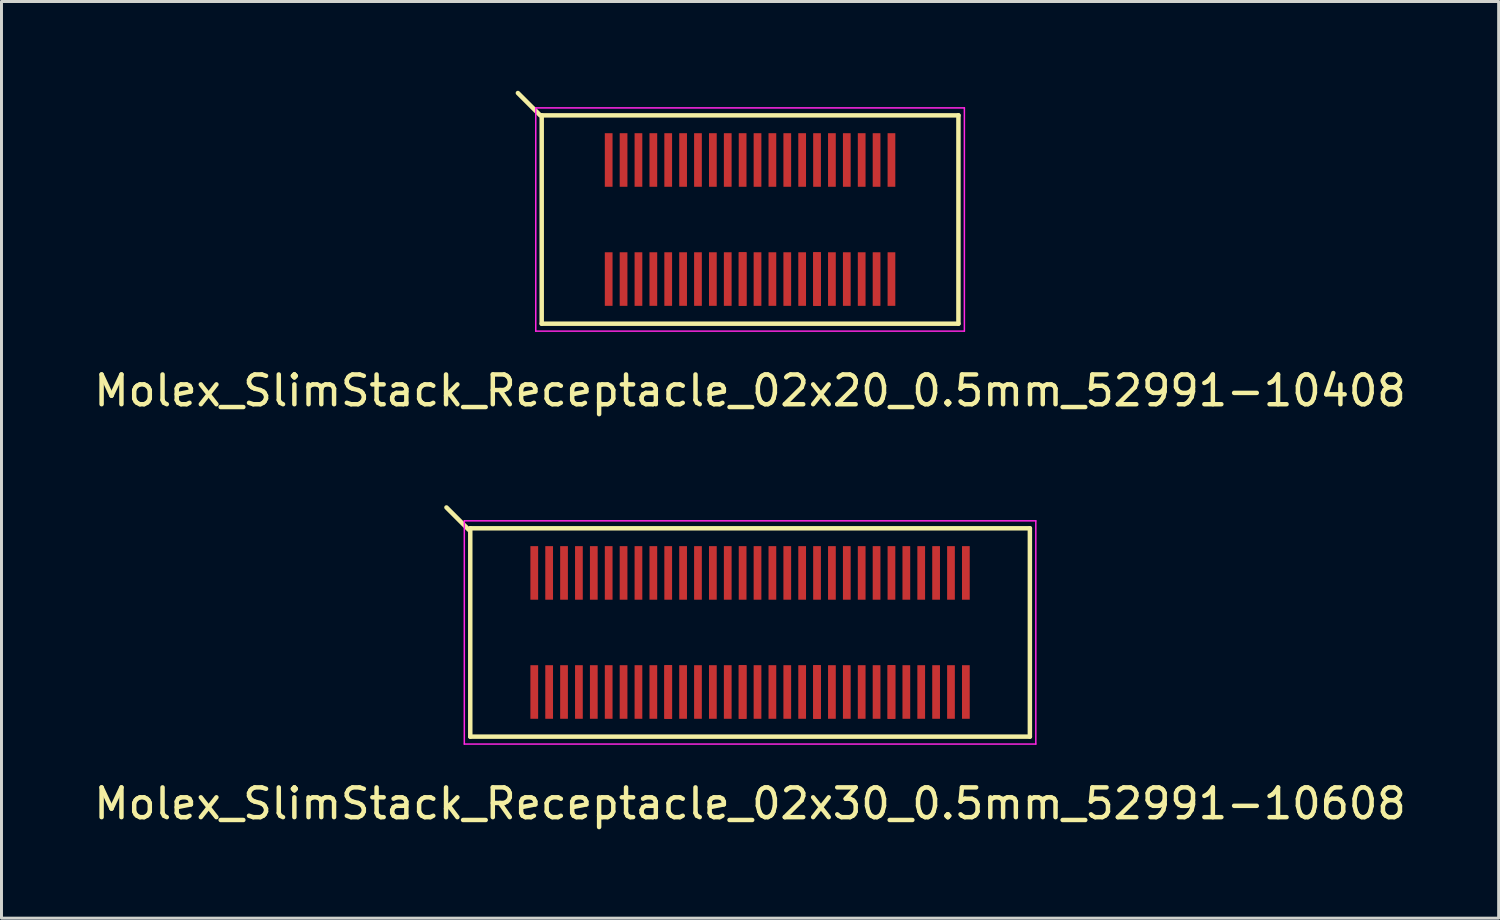
<source format=kicad_pcb>
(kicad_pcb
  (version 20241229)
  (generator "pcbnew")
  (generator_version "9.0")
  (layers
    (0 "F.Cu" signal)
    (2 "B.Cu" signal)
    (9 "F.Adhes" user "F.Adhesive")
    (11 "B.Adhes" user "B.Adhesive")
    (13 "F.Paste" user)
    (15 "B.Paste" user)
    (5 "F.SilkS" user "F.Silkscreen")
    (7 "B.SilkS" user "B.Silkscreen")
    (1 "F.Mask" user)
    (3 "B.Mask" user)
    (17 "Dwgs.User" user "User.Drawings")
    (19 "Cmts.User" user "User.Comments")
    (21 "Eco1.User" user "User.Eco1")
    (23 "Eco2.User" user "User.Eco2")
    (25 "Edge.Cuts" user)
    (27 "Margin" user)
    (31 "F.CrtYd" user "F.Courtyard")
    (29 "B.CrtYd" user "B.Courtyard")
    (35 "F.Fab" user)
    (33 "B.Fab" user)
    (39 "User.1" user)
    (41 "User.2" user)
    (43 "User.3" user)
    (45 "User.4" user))
  (footprint "Molex_SlimStack_Receptacle_02x20_0.5mm_52991-10408"
    (layer "F.Cu")
    (at 22.149 4.325)
    (property "Reference" "Molex_SlimStack_Receptacle_02x20_0.5mm_52991-10408" (at 0 5.75 0) (layer "F.SilkS") (effects (font (size 1 1) (thickness 0.15))))
    (attr smd)
    (fp_line (start -7.05 -3.5) (end -7.8 -4.25) (stroke (width 0.15) (type solid)) (layer "F.SilkS"))
    (fp_line (start -7 -3.5) (end -7 3.5) (stroke (width 0.15) (type solid)) (layer "F.SilkS"))
    (fp_line (start -7 3.5) (end 7 3.5) (stroke (width 0.15) (type solid)) (layer "F.SilkS"))
    (fp_line (start 7 -3.5) (end -7 -3.5) (stroke (width 0.15) (type solid)) (layer "F.SilkS"))
    (fp_line (start 7 3.5) (end 7 -3.5) (stroke (width 0.15) (type solid)) (layer "F.SilkS"))
    (fp_line (start -7.2 -3.75) (end -7.2 3.75) (stroke (width 0.05) (type solid)) (layer "F.CrtYd"))
    (fp_line (start -7.2 3.75) (end 7.2 3.75) (stroke (width 0.05) (type solid)) (layer "F.CrtYd"))
    (fp_line (start 7.2 -3.75) (end -7.2 -3.75) (stroke (width 0.05) (type solid)) (layer "F.CrtYd"))
    (fp_line (start 7.2 3.75) (end 7.2 -3.75) (stroke (width 0.05) (type solid)) (layer "F.CrtYd"))
    (pad "1" smd rect (at -4.75 -2) (size 0.26 1.8) (layers "F.Cu" "F.Mask" "F.Paste"))
    (pad "2" smd rect (at -4.75 2) (size 0.26 1.8) (layers "F.Cu" "F.Mask" "F.Paste"))
    (pad "3" smd rect (at -4.25 -2) (size 0.26 1.8) (layers "F.Cu" "F.Mask" "F.Paste"))
    (pad "4" smd rect (at -4.25 2) (size 0.26 1.8) (layers "F.Cu" "F.Mask" "F.Paste"))
    (pad "5" smd rect (at -3.75 -2) (size 0.26 1.8) (layers "F.Cu" "F.Mask" "F.Paste"))
    (pad "6" smd rect (at -3.75 2) (size 0.26 1.8) (layers "F.Cu" "F.Mask" "F.Paste"))
    (pad "7" smd rect (at -3.25 -2) (size 0.26 1.8) (layers "F.Cu" "F.Mask" "F.Paste"))
    (pad "8" smd rect (at -3.25 2) (size 0.26 1.8) (layers "F.Cu" "F.Mask" "F.Paste"))
    (pad "9" smd rect (at -2.75 -2) (size 0.26 1.8) (layers "F.Cu" "F.Mask" "F.Paste"))
    (pad "10" smd rect (at -2.75 2) (size 0.26 1.8) (layers "F.Cu" "F.Mask" "F.Paste"))
    (pad "11" smd rect (at -2.25 -2) (size 0.26 1.8) (layers "F.Cu" "F.Mask" "F.Paste"))
    (pad "12" smd rect (at -2.25 2) (size 0.26 1.8) (layers "F.Cu" "F.Mask" "F.Paste"))
    (pad "13" smd rect (at -1.75 -2) (size 0.26 1.8) (layers "F.Cu" "F.Mask" "F.Paste"))
    (pad "14" smd rect (at -1.75 2) (size 0.26 1.8) (layers "F.Cu" "F.Mask" "F.Paste"))
    (pad "15" smd rect (at -1.25 -2) (size 0.26 1.8) (layers "F.Cu" "F.Mask" "F.Paste"))
    (pad "16" smd rect (at -1.25 2) (size 0.26 1.8) (layers "F.Cu" "F.Mask" "F.Paste"))
    (pad "17" smd rect (at -0.75 -2) (size 0.26 1.8) (layers "F.Cu" "F.Mask" "F.Paste"))
    (pad "18" smd rect (at -0.75 2) (size 0.26 1.8) (layers "F.Cu" "F.Mask" "F.Paste"))
    (pad "19" smd rect (at -0.25 -2) (size 0.26 1.8) (layers "F.Cu" "F.Mask" "F.Paste"))
    (pad "20" smd rect (at -0.25 2) (size 0.26 1.8) (layers "F.Cu" "F.Mask" "F.Paste"))
    (pad "20" smd rect (at -0.25 2) (size 0.26 1.8) (layers "F.Cu" "F.Mask" "F.Paste"))
    (pad "21" smd rect (at 0.25 -2) (size 0.26 1.8) (layers "F.Cu" "F.Mask" "F.Paste"))
    (pad "22" smd rect (at 0.25 2) (size 0.26 1.8) (layers "F.Cu" "F.Mask" "F.Paste"))
    (pad "23" smd rect (at 0.75 -2) (size 0.26 1.8) (layers "F.Cu" "F.Mask" "F.Paste"))
    (pad "24" smd rect (at 0.75 2) (size 0.26 1.8) (layers "F.Cu" "F.Mask" "F.Paste"))
    (pad "25" smd rect (at 1.25 -2) (size 0.26 1.8) (layers "F.Cu" "F.Mask" "F.Paste"))
    (pad "26" smd rect (at 1.25 2) (size 0.26 1.8) (layers "F.Cu" "F.Mask" "F.Paste"))
    (pad "27" smd rect (at 1.75 -2) (size 0.26 1.8) (layers "F.Cu" "F.Mask" "F.Paste"))
    (pad "28" smd rect (at 1.75 2) (size 0.26 1.8) (layers "F.Cu" "F.Mask" "F.Paste"))
    (pad "29" smd rect (at 2.25 -2) (size 0.26 1.8) (layers "F.Cu" "F.Mask" "F.Paste"))
    (pad "30" smd rect (at 2.25 2) (size 0.26 1.8) (layers "F.Cu" "F.Mask" "F.Paste"))
    (pad "30" smd rect (at 2.25 2) (size 0.26 1.8) (layers "F.Cu" "F.Mask" "F.Paste"))
    (pad "31" smd rect (at 2.75 -2) (size 0.26 1.8) (layers "F.Cu" "F.Mask" "F.Paste"))
    (pad "32" smd rect (at 2.75 2) (size 0.26 1.8) (layers "F.Cu" "F.Mask" "F.Paste"))
    (pad "33" smd rect (at 3.25 -2) (size 0.26 1.8) (layers "F.Cu" "F.Mask" "F.Paste"))
    (pad "34" smd rect (at 3.25 2) (size 0.26 1.8) (layers "F.Cu" "F.Mask" "F.Paste"))
    (pad "35" smd rect (at 3.75 -2) (size 0.26 1.8) (layers "F.Cu" "F.Mask" "F.Paste"))
    (pad "36" smd rect (at 3.75 2) (size 0.26 1.8) (layers "F.Cu" "F.Mask" "F.Paste"))
    (pad "37" smd rect (at 4.25 -2) (size 0.26 1.8) (layers "F.Cu" "F.Mask" "F.Paste"))
    (pad "38" smd rect (at 4.25 2) (size 0.26 1.8) (layers "F.Cu" "F.Mask" "F.Paste"))
    (pad "39" smd rect (at 4.75 -2) (size 0.26 1.8) (layers "F.Cu" "F.Mask" "F.Paste"))
    (pad "40" smd rect (at 4.75 2) (size 0.26 1.8) (layers "F.Cu" "F.Mask" "F.Paste")))
  (footprint "Molex_SlimStack_Receptacle_02x30_0.5mm_52991-10608"
    (layer "F.Cu")
    (at 22.149 18.198)
    (property "Reference" "Molex_SlimStack_Receptacle_02x30_0.5mm_52991-10608" (at 0 5.75 0) (layer "F.SilkS") (effects (font (size 1 1) (thickness 0.15))))
    (attr smd)
    (fp_line (start -9.45 -3.45) (end -10.2 -4.2) (stroke (width 0.15) (type solid)) (layer "F.SilkS"))
    (fp_line (start -9.4 -3.5) (end -9.4 3.5) (stroke (width 0.15) (type solid)) (layer "F.SilkS"))
    (fp_line (start -9.4 3.5) (end 9.4 3.5) (stroke (width 0.15) (type solid)) (layer "F.SilkS"))
    (fp_line (start 9.4 -3.5) (end -9.4 -3.5) (stroke (width 0.15) (type solid)) (layer "F.SilkS"))
    (fp_line (start 9.4 3.5) (end 9.4 -3.5) (stroke (width 0.15) (type solid)) (layer "F.SilkS"))
    (fp_line (start -9.6 -3.75) (end -9.6 3.75) (stroke (width 0.05) (type solid)) (layer "F.CrtYd"))
    (fp_line (start -9.6 3.75) (end 9.6 3.75) (stroke (width 0.05) (type solid)) (layer "F.CrtYd"))
    (fp_line (start 9.6 -3.75) (end -9.6 -3.75) (stroke (width 0.05) (type solid)) (layer "F.CrtYd"))
    (fp_line (start 9.6 3.75) (end 9.6 -3.75) (stroke (width 0.05) (type solid)) (layer "F.CrtYd"))
    (pad "1" smd rect (at -7.25 -2) (size 0.26 1.8) (layers "F.Cu" "F.Mask" "F.Paste"))
    (pad "2" smd rect (at -7.25 2) (size 0.26 1.8) (layers "F.Cu" "F.Mask" "F.Paste"))
    (pad "3" smd rect (at -6.75 -2) (size 0.26 1.8) (layers "F.Cu" "F.Mask" "F.Paste"))
    (pad "4" smd rect (at -6.75 2) (size 0.26 1.8) (layers "F.Cu" "F.Mask" "F.Paste"))
    (pad "5" smd rect (at -6.25 -2) (size 0.26 1.8) (layers "F.Cu" "F.Mask" "F.Paste"))
    (pad "6" smd rect (at -6.25 2) (size 0.26 1.8) (layers "F.Cu" "F.Mask" "F.Paste"))
    (pad "7" smd rect (at -5.75 -2) (size 0.26 1.8) (layers "F.Cu" "F.Mask" "F.Paste"))
    (pad "8" smd rect (at -5.75 2) (size 0.26 1.8) (layers "F.Cu" "F.Mask" "F.Paste"))
    (pad "9" smd rect (at -5.25 -2) (size 0.26 1.8) (layers "F.Cu" "F.Mask" "F.Paste"))
    (pad "10" smd rect (at -5.25 2) (size 0.26 1.8) (layers "F.Cu" "F.Mask" "F.Paste"))
    (pad "11" smd rect (at -4.75 -2) (size 0.26 1.8) (layers "F.Cu" "F.Mask" "F.Paste"))
    (pad "12" smd rect (at -4.75 2) (size 0.26 1.8) (layers "F.Cu" "F.Mask" "F.Paste"))
    (pad "13" smd rect (at -4.25 -2) (size 0.26 1.8) (layers "F.Cu" "F.Mask" "F.Paste"))
    (pad "14" smd rect (at -4.25 2) (size 0.26 1.8) (layers "F.Cu" "F.Mask" "F.Paste"))
    (pad "15" smd rect (at -3.75 -2) (size 0.26 1.8) (layers "F.Cu" "F.Mask" "F.Paste"))
    (pad "16" smd rect (at -3.75 2) (size 0.26 1.8) (layers "F.Cu" "F.Mask" "F.Paste"))
    (pad "17" smd rect (at -3.25 -2) (size 0.26 1.8) (layers "F.Cu" "F.Mask" "F.Paste"))
    (pad "18" smd rect (at -3.25 2) (size 0.26 1.8) (layers "F.Cu" "F.Mask" "F.Paste"))
    (pad "19" smd rect (at -2.75 -2) (size 0.26 1.8) (layers "F.Cu" "F.Mask" "F.Paste"))
    (pad "20" smd rect (at -2.75 2) (size 0.26 1.8) (layers "F.Cu" "F.Mask" "F.Paste"))
    (pad "20" smd rect (at -2.75 2) (size 0.26 1.8) (layers "F.Cu" "F.Mask" "F.Paste"))
    (pad "21" smd rect (at -2.25 -2) (size 0.26 1.8) (layers "F.Cu" "F.Mask" "F.Paste"))
    (pad "22" smd rect (at -2.25 2) (size 0.26 1.8) (layers "F.Cu" "F.Mask" "F.Paste"))
    (pad "23" smd rect (at -1.75 -2) (size 0.26 1.8) (layers "F.Cu" "F.Mask" "F.Paste"))
    (pad "24" smd rect (at -1.75 2) (size 0.26 1.8) (layers "F.Cu" "F.Mask" "F.Paste"))
    (pad "25" smd rect (at -1.25 -2) (size 0.26 1.8) (layers "F.Cu" "F.Mask" "F.Paste"))
    (pad "26" smd rect (at -1.25 2) (size 0.26 1.8) (layers "F.Cu" "F.Mask" "F.Paste"))
    (pad "27" smd rect (at -0.75 -2) (size 0.26 1.8) (layers "F.Cu" "F.Mask" "F.Paste"))
    (pad "28" smd rect (at -0.75 2) (size 0.26 1.8) (layers "F.Cu" "F.Mask" "F.Paste"))
    (pad "29" smd rect (at -0.25 -2) (size 0.26 1.8) (layers "F.Cu" "F.Mask" "F.Paste"))
    (pad "30" smd rect (at -0.25 2) (size 0.26 1.8) (layers "F.Cu" "F.Mask" "F.Paste"))
    (pad "30" smd rect (at -0.25 2) (size 0.26 1.8) (layers "F.Cu" "F.Mask" "F.Paste"))
    (pad "31" smd rect (at 0.25 -2) (size 0.26 1.8) (layers "F.Cu" "F.Mask" "F.Paste"))
    (pad "32" smd rect (at 0.25 2) (size 0.26 1.8) (layers "F.Cu" "F.Mask" "F.Paste"))
    (pad "33" smd rect (at 0.75 -2) (size 0.26 1.8) (layers "F.Cu" "F.Mask" "F.Paste"))
    (pad "34" smd rect (at 0.75 2) (size 0.26 1.8) (layers "F.Cu" "F.Mask" "F.Paste"))
    (pad "35" smd rect (at 1.25 -2) (size 0.26 1.8) (layers "F.Cu" "F.Mask" "F.Paste"))
    (pad "36" smd rect (at 1.25 2) (size 0.26 1.8) (layers "F.Cu" "F.Mask" "F.Paste"))
    (pad "37" smd rect (at 1.75 -2) (size 0.26 1.8) (layers "F.Cu" "F.Mask" "F.Paste"))
    (pad "38" smd rect (at 1.75 2) (size 0.26 1.8) (layers "F.Cu" "F.Mask" "F.Paste"))
    (pad "39" smd rect (at 2.25 -2) (size 0.26 1.8) (layers "F.Cu" "F.Mask" "F.Paste"))
    (pad "40" smd rect (at 2.25 2) (size 0.26 1.8) (layers "F.Cu" "F.Mask" "F.Paste"))
    (pad "40" smd rect (at 2.25 2) (size 0.26 1.8) (layers "F.Cu" "F.Mask" "F.Paste"))
    (pad "41" smd rect (at 2.75 -2) (size 0.26 1.8) (layers "F.Cu" "F.Mask" "F.Paste"))
    (pad "42" smd rect (at 2.75 2) (size 0.26 1.8) (layers "F.Cu" "F.Mask" "F.Paste"))
    (pad "43" smd rect (at 3.25 -2) (size 0.26 1.8) (layers "F.Cu" "F.Mask" "F.Paste"))
    (pad "44" smd rect (at 3.25 2) (size 0.26 1.8) (layers "F.Cu" "F.Mask" "F.Paste"))
    (pad "45" smd rect (at 3.75 -2) (size 0.26 1.8) (layers "F.Cu" "F.Mask" "F.Paste"))
    (pad "46" smd rect (at 3.75 2) (size 0.26 1.8) (layers "F.Cu" "F.Mask" "F.Paste"))
    (pad "47" smd rect (at 4.25 -2) (size 0.26 1.8) (layers "F.Cu" "F.Mask" "F.Paste"))
    (pad "48" smd rect (at 4.25 2) (size 0.26 1.8) (layers "F.Cu" "F.Mask" "F.Paste"))
    (pad "49" smd rect (at 4.75 -2) (size 0.26 1.8) (layers "F.Cu" "F.Mask" "F.Paste"))
    (pad "50" smd rect (at 4.75 2) (size 0.26 1.8) (layers "F.Cu" "F.Mask" "F.Paste"))
    (pad "50" smd rect (at 4.75 2) (size 0.26 1.8) (layers "F.Cu" "F.Mask" "F.Paste"))
    (pad "51" smd rect (at 5.25 -2) (size 0.26 1.8) (layers "F.Cu" "F.Mask" "F.Paste"))
    (pad "52" smd rect (at 5.25 2) (size 0.26 1.8) (layers "F.Cu" "F.Mask" "F.Paste"))
    (pad "53" smd rect (at 5.75 -2) (size 0.26 1.8) (layers "F.Cu" "F.Mask" "F.Paste"))
    (pad "54" smd rect (at 5.75 2) (size 0.26 1.8) (layers "F.Cu" "F.Mask" "F.Paste"))
    (pad "55" smd rect (at 6.25 -2) (size 0.26 1.8) (layers "F.Cu" "F.Mask" "F.Paste"))
    (pad "56" smd rect (at 6.25 2) (size 0.26 1.8) (layers "F.Cu" "F.Mask" "F.Paste"))
    (pad "57" smd rect (at 6.75 -2) (size 0.26 1.8) (layers "F.Cu" "F.Mask" "F.Paste"))
    (pad "58" smd rect (at 6.75 2) (size 0.26 1.8) (layers "F.Cu" "F.Mask" "F.Paste"))
    (pad "59" smd rect (at 7.25 -2) (size 0.26 1.8) (layers "F.Cu" "F.Mask" "F.Paste"))
    (pad "60" smd rect (at 7.25 2) (size 0.26 1.8) (layers "F.Cu" "F.Mask" "F.Paste")))
  (gr_rect
    (start -3 -3)
    (end 47.298 27.797)
    (stroke (width 0.1) (type default))
    (fill no)
    (layer "Edge.Cuts")))
</source>
